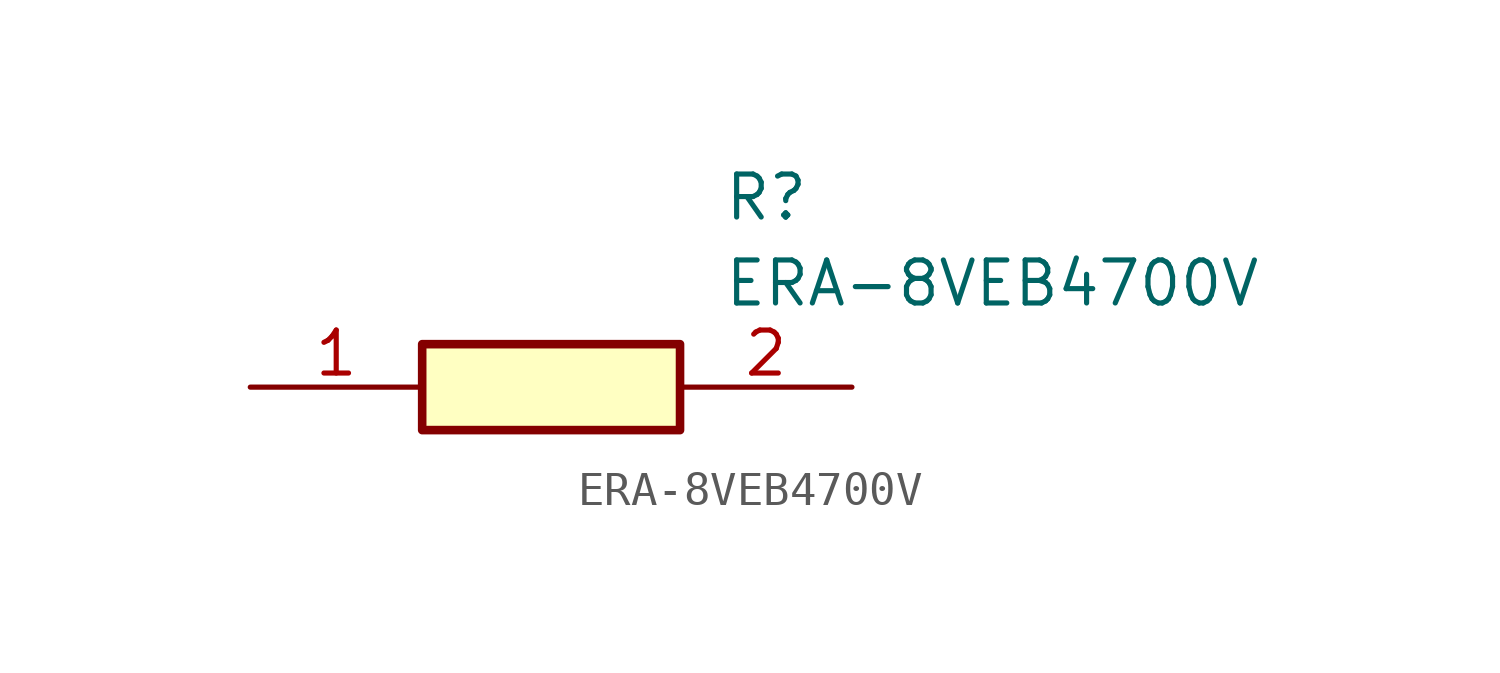
<source format=kicad_sym>
(kicad_symbol_lib
  (version 20211014)
  (generator SamacSys_ECAD_Model)
  (symbol "ERA-8VEB4700V"
    (pin_names hide)
    (property "Reference" "R"
      (at 13.97 6.35 0)
      (effects (font (size 1.27 1.27)) (justify left top)))
    (property "Value" "ERA-8VEB4700V"
      (at 13.97 3.81 0)
      (effects (font (size 1.27 1.27)) (justify left top)))
    (rectangle
      (start 5.08 1.27)
      (end 12.7 -1.27)
      (stroke (width 0.254) (type default))
      (fill (type background)))
    (pin passive line
      (at 0 0 0)
      (length 5.08)
      (name "1" (effects (font (size 1.27 1.27))))
      (number "1" (effects (font (size 1.27 1.27)))))
    (pin passive line
      (at 17.78 0 180)
      (length 5.08)
      (name "2" (effects (font (size 1.27 1.27))))
      (number "2" (effects (font (size 1.27 1.27)))))))
</source>
